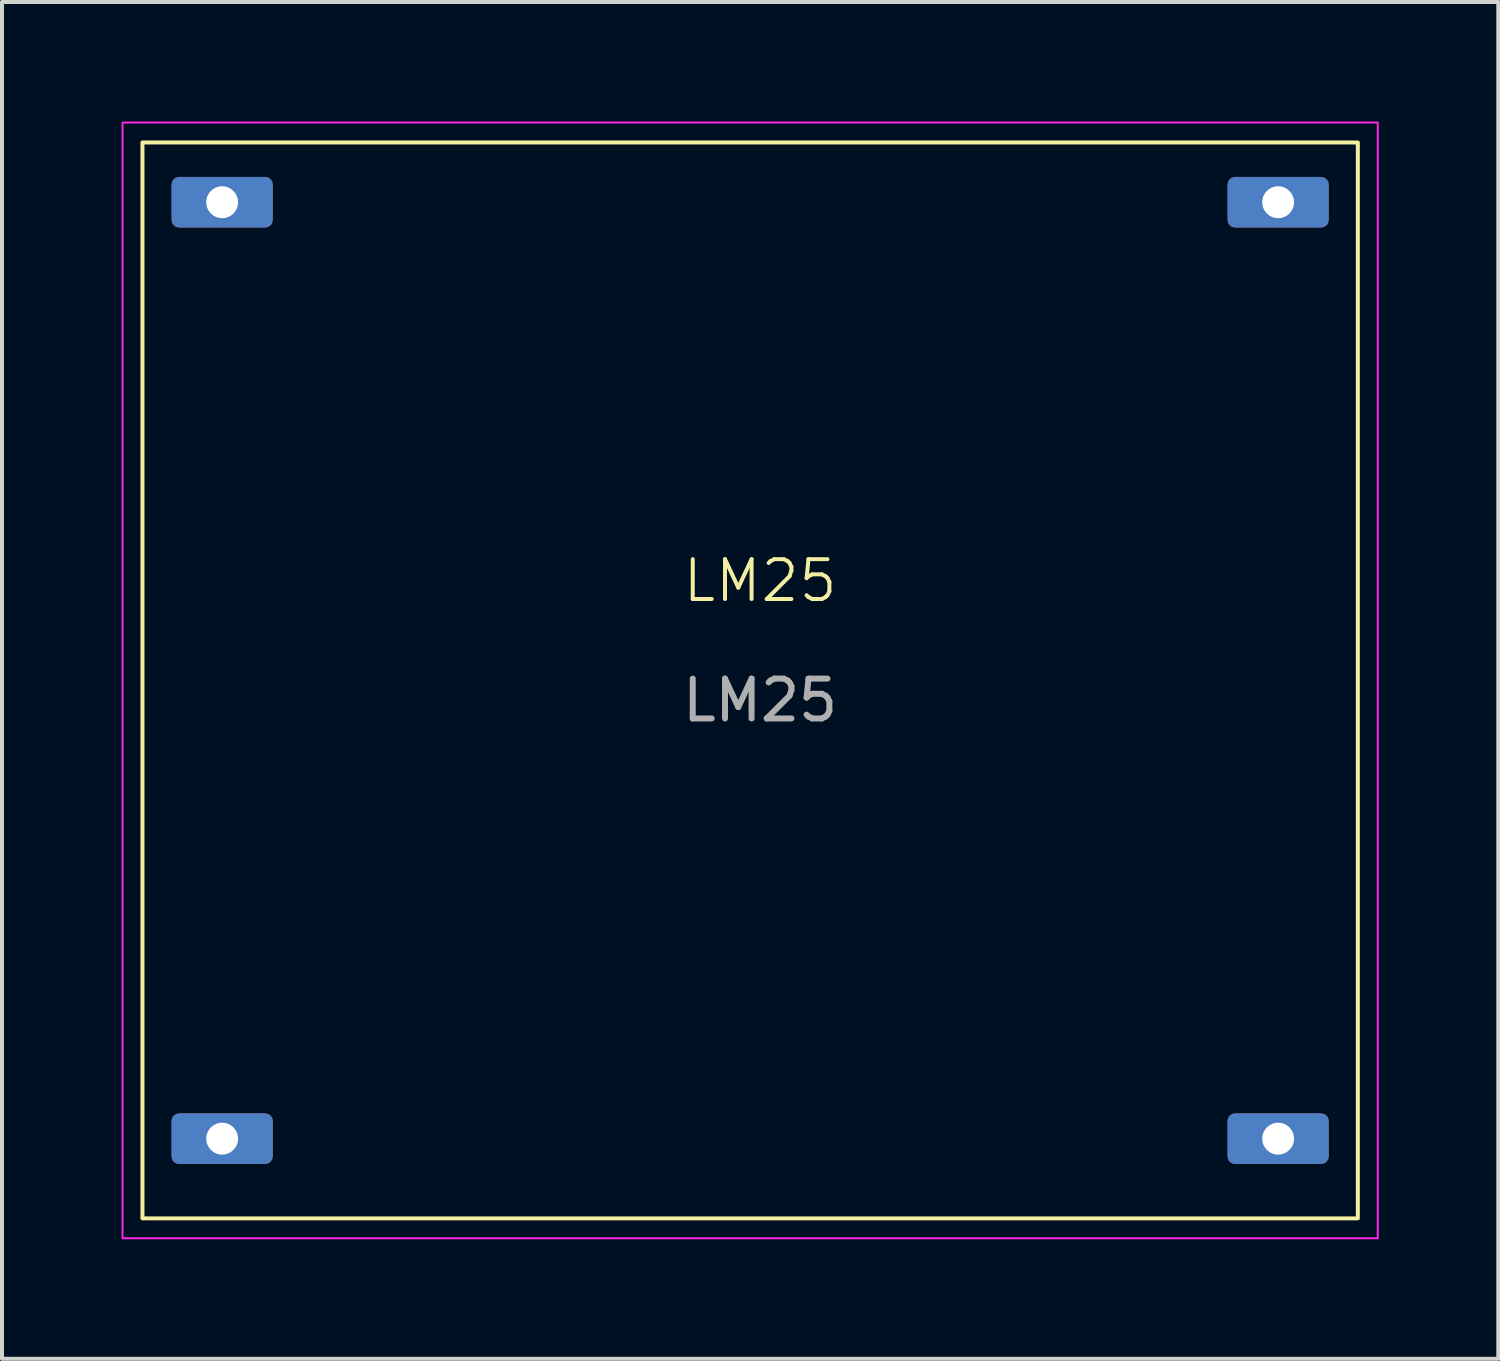
<source format=kicad_pcb>
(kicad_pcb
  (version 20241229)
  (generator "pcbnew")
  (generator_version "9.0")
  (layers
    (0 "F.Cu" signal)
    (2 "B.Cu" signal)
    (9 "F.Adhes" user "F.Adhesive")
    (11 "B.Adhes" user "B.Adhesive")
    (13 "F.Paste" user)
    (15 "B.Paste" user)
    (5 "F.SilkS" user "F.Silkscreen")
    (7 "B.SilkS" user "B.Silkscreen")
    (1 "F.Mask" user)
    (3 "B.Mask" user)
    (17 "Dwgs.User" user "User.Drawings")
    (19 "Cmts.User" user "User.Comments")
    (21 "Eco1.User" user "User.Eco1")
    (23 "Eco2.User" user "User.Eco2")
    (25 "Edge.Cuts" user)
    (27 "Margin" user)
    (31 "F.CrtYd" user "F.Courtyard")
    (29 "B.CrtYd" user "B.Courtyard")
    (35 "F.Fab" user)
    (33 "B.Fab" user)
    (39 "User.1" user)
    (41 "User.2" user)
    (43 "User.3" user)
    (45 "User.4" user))
  (footprint "LM25"
    (layer "F.Cu")
    (at 2.525 2.025)
    (property "Reference" "LM25" (at 13.5 9.5 0) (unlocked yes) (layer "F.SilkS") (effects (font (size 1 1) (thickness 0.1))))
    (attr through_hole)
    (fp_rect (start -2 -1.5) (end 28.5 25.5) (stroke (width 0.1) (type default)) (fill no) (layer "F.SilkS"))
    (fp_rect (start -2.5 -2) (end 29 26) (stroke (width 0.05) (type default)) (fill no) (layer "F.CrtYd"))
    (fp_text user "${REFERENCE}" (at 13.5 12.5 0) (unlocked yes) (layer "F.Fab") (effects (font (size 1 1) (thickness 0.15))))
    (pad "1" thru_hole roundrect (at 0 0) (size 2.54 1.27) (drill 0.8) (layers "*.Cu" "*.Mask") (roundrect_rratio 0.15))
    (pad "2" thru_hole roundrect (at 0 23.5) (size 2.54 1.27) (drill 0.8) (layers "*.Cu" "*.Mask") (roundrect_rratio 0.15))
    (pad "3" thru_hole roundrect (at 26.5 23.5) (size 2.54 1.27) (drill 0.8) (layers "*.Cu" "*.Mask") (roundrect_rratio 0.15))
    (pad "4" thru_hole roundrect (at 26.5 0) (size 2.54 1.27) (drill 0.8) (layers "*.Cu" "*.Mask") (roundrect_rratio 0.15)))
  (gr_rect
    (start -3 -3)
    (end 34.55 31.05)
    (stroke (width 0.1) (type default))
    (fill no)
    (layer "Edge.Cuts")))
</source>
